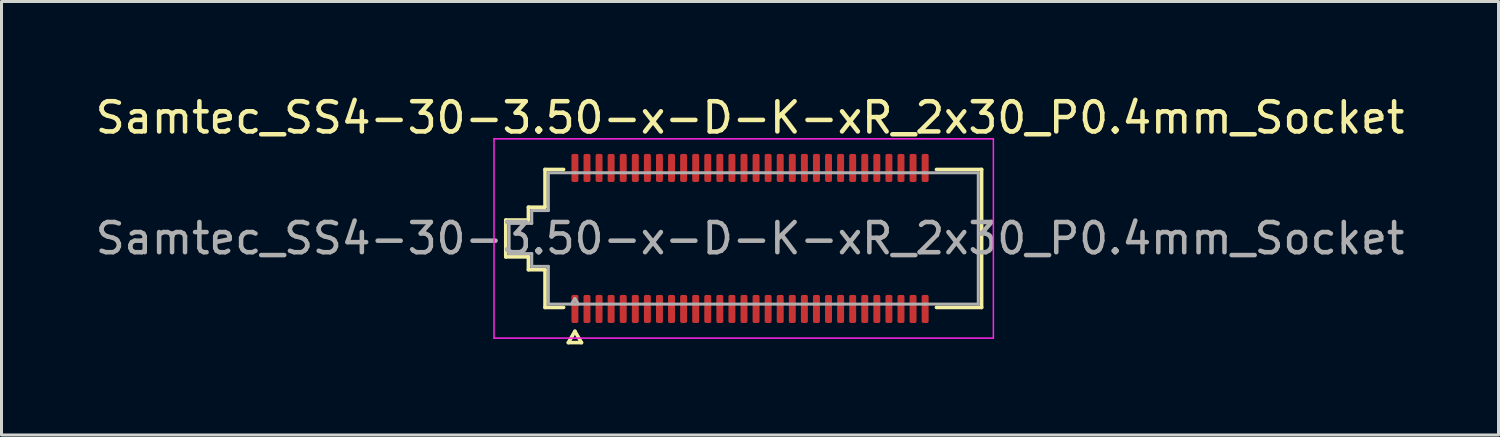
<source format=kicad_pcb>
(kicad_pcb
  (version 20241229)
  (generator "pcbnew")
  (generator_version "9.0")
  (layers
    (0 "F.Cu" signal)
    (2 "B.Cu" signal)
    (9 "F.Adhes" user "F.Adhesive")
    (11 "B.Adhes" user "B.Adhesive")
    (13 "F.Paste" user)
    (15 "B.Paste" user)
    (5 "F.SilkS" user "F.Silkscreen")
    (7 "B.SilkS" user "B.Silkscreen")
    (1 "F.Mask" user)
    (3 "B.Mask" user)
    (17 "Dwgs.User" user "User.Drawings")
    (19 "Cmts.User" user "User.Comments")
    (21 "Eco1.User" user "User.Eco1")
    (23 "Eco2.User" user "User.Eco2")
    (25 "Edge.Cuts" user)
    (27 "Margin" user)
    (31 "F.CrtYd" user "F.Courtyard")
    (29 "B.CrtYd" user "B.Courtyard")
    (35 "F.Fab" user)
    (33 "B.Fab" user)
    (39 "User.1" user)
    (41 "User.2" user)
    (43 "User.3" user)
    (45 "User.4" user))
  (footprint "Samtec_SS4-30-3.50-x-D-K-xR_2x30_P0.4mm_Socket"
    (layer "F.Cu")
    (at 21.792 4.848)
    (property "Reference" "Samtec_SS4-30-3.50-x-D-K-xR_2x30_P0.4mm_Socket" (at 0 -4 0) (layer "F.SilkS") (effects (font (size 1 1) (thickness 0.15))))
    (attr smd)
    (fp_line (start -8.09 -0.61) (end -7.34 -0.61) (stroke (width 0.12) (type solid)) (layer "F.SilkS"))
    (fp_line (start -8.09 0.61) (end -8.09 -0.61) (stroke (width 0.12) (type solid)) (layer "F.SilkS"))
    (fp_line (start -7.34 -1.035) (end -6.79 -1.035) (stroke (width 0.12) (type solid)) (layer "F.SilkS"))
    (fp_line (start -7.34 -0.61) (end -7.34 -1.035) (stroke (width 0.12) (type solid)) (layer "F.SilkS"))
    (fp_line (start -7.34 0.61) (end -8.09 0.61) (stroke (width 0.12) (type solid)) (layer "F.SilkS"))
    (fp_line (start -7.34 1.035) (end -7.34 0.61) (stroke (width 0.12) (type solid)) (layer "F.SilkS"))
    (fp_line (start -6.79 -2.285) (end -6.175 -2.285) (stroke (width 0.12) (type solid)) (layer "F.SilkS"))
    (fp_line (start -6.79 -1.035) (end -6.79 -2.285) (stroke (width 0.12) (type solid)) (layer "F.SilkS"))
    (fp_line (start -6.79 1.035) (end -7.34 1.035) (stroke (width 0.12) (type solid)) (layer "F.SilkS"))
    (fp_line (start -6.79 2.285) (end -6.79 1.035) (stroke (width 0.12) (type solid)) (layer "F.SilkS"))
    (fp_line (start -6.175 2.285) (end -6.79 2.285) (stroke (width 0.12) (type solid)) (layer "F.SilkS"))
    (fp_line (start -6.017 3.45) (end -5.8 3.075) (stroke (width 0.12) (type solid)) (layer "F.SilkS"))
    (fp_line (start -5.8 3.075) (end -5.583 3.45) (stroke (width 0.12) (type solid)) (layer "F.SilkS"))
    (fp_line (start -5.583 3.45) (end -6.017 3.45) (stroke (width 0.12) (type solid)) (layer "F.SilkS"))
    (fp_line (start 6.175 -2.285) (end 7.67 -2.285) (stroke (width 0.12) (type solid)) (layer "F.SilkS"))
    (fp_line (start 7.67 -2.285) (end 7.67 2.285) (stroke (width 0.12) (type solid)) (layer "F.SilkS"))
    (fp_line (start 7.67 2.285) (end 6.175 2.285) (stroke (width 0.12) (type solid)) (layer "F.SilkS"))
    (fp_line (start -8.48 -3.3) (end -8.48 3.3) (stroke (width 0.05) (type solid)) (layer "F.CrtYd"))
    (fp_line (start -8.48 3.3) (end 8.06 3.3) (stroke (width 0.05) (type solid)) (layer "F.CrtYd"))
    (fp_line (start 8.06 -3.3) (end -8.48 -3.3) (stroke (width 0.05) (type solid)) (layer "F.CrtYd"))
    (fp_line (start 8.06 3.3) (end 8.06 -3.3) (stroke (width 0.05) (type solid)) (layer "F.CrtYd"))
    (fp_line (start -7.98 -0.5) (end -7.23 -0.5) (stroke (width 0.1) (type solid)) (layer "F.Fab"))
    (fp_line (start -7.98 0.5) (end -7.98 -0.5) (stroke (width 0.1) (type solid)) (layer "F.Fab"))
    (fp_line (start -7.23 -0.925) (end -6.68 -0.925) (stroke (width 0.1) (type solid)) (layer "F.Fab"))
    (fp_line (start -7.23 -0.5) (end -7.23 -0.925) (stroke (width 0.1) (type solid)) (layer "F.Fab"))
    (fp_line (start -7.23 0.5) (end -7.98 0.5) (stroke (width 0.1) (type solid)) (layer "F.Fab"))
    (fp_line (start -7.23 0.925) (end -7.23 0.5) (stroke (width 0.1) (type solid)) (layer "F.Fab"))
    (fp_line (start -6.68 -2.175) (end -5.8 -2.175) (stroke (width 0.1) (type solid)) (layer "F.Fab"))
    (fp_line (start -6.68 -0.925) (end -6.68 -2.175) (stroke (width 0.1) (type solid)) (layer "F.Fab"))
    (fp_line (start -6.68 0.925) (end -7.23 0.925) (stroke (width 0.1) (type solid)) (layer "F.Fab"))
    (fp_line (start -6.68 2.175) (end -6.68 0.925) (stroke (width 0.1) (type solid)) (layer "F.Fab"))
    (fp_line (start -5.8 -2.175) (end 5.8 -2.175) (stroke (width 0.1) (type solid)) (layer "F.Fab"))
    (fp_line (start -5.8 1.991) (end -5.915 2.175) (stroke (width 0.1) (type solid)) (layer "F.Fab"))
    (fp_line (start -5.8 1.991) (end -5.685 2.175) (stroke (width 0.1) (type solid)) (layer "F.Fab"))
    (fp_line (start -5.8 2.175) (end -6.68 2.175) (stroke (width 0.1) (type solid)) (layer "F.Fab"))
    (fp_line (start 5.8 -2.175) (end 7.56 -2.175) (stroke (width 0.1) (type solid)) (layer "F.Fab"))
    (fp_line (start 5.8 2.175) (end -5.8 2.175) (stroke (width 0.1) (type solid)) (layer "F.Fab"))
    (fp_line (start 7.56 -2.175) (end 7.56 2.175) (stroke (width 0.1) (type solid)) (layer "F.Fab"))
    (fp_line (start 7.56 2.175) (end 5.8 2.175) (stroke (width 0.1) (type solid)) (layer "F.Fab"))
    (fp_text user "${REFERENCE}" (at 0 0 0) (layer "F.Fab") (effects (font (size 1 1) (thickness 0.15))))
    (pad "1" smd roundrect (at -5.8 2.335) (size 0.23 0.93) (layers "F.Cu" "F.Mask" "F.Paste") (roundrect_rratio 0.25))
    (pad "2" smd roundrect (at -5.8 -2.335) (size 0.23 0.93) (layers "F.Cu" "F.Mask" "F.Paste") (roundrect_rratio 0.25))
    (pad "3" smd roundrect (at -5.4 2.335) (size 0.23 0.93) (layers "F.Cu" "F.Mask" "F.Paste") (roundrect_rratio 0.25))
    (pad "4" smd roundrect (at -5.4 -2.335) (size 0.23 0.93) (layers "F.Cu" "F.Mask" "F.Paste") (roundrect_rratio 0.25))
    (pad "5" smd roundrect (at -5 2.335) (size 0.23 0.93) (layers "F.Cu" "F.Mask" "F.Paste") (roundrect_rratio 0.25))
    (pad "6" smd roundrect (at -5 -2.335) (size 0.23 0.93) (layers "F.Cu" "F.Mask" "F.Paste") (roundrect_rratio 0.25))
    (pad "7" smd roundrect (at -4.6 2.335) (size 0.23 0.93) (layers "F.Cu" "F.Mask" "F.Paste") (roundrect_rratio 0.25))
    (pad "8" smd roundrect (at -4.6 -2.335) (size 0.23 0.93) (layers "F.Cu" "F.Mask" "F.Paste") (roundrect_rratio 0.25))
    (pad "9" smd roundrect (at -4.2 2.335) (size 0.23 0.93) (layers "F.Cu" "F.Mask" "F.Paste") (roundrect_rratio 0.25))
    (pad "10" smd roundrect (at -4.2 -2.335) (size 0.23 0.93) (layers "F.Cu" "F.Mask" "F.Paste") (roundrect_rratio 0.25))
    (pad "11" smd roundrect (at -3.8 2.335) (size 0.23 0.93) (layers "F.Cu" "F.Mask" "F.Paste") (roundrect_rratio 0.25))
    (pad "12" smd roundrect (at -3.8 -2.335) (size 0.23 0.93) (layers "F.Cu" "F.Mask" "F.Paste") (roundrect_rratio 0.25))
    (pad "13" smd roundrect (at -3.4 2.335) (size 0.23 0.93) (layers "F.Cu" "F.Mask" "F.Paste") (roundrect_rratio 0.25))
    (pad "14" smd roundrect (at -3.4 -2.335) (size 0.23 0.93) (layers "F.Cu" "F.Mask" "F.Paste") (roundrect_rratio 0.25))
    (pad "15" smd roundrect (at -3 2.335) (size 0.23 0.93) (layers "F.Cu" "F.Mask" "F.Paste") (roundrect_rratio 0.25))
    (pad "16" smd roundrect (at -3 -2.335) (size 0.23 0.93) (layers "F.Cu" "F.Mask" "F.Paste") (roundrect_rratio 0.25))
    (pad "17" smd roundrect (at -2.6 2.335) (size 0.23 0.93) (layers "F.Cu" "F.Mask" "F.Paste") (roundrect_rratio 0.25))
    (pad "18" smd roundrect (at -2.6 -2.335) (size 0.23 0.93) (layers "F.Cu" "F.Mask" "F.Paste") (roundrect_rratio 0.25))
    (pad "19" smd roundrect (at -2.2 2.335) (size 0.23 0.93) (layers "F.Cu" "F.Mask" "F.Paste") (roundrect_rratio 0.25))
    (pad "20" smd roundrect (at -2.2 -2.335) (size 0.23 0.93) (layers "F.Cu" "F.Mask" "F.Paste") (roundrect_rratio 0.25))
    (pad "21" smd roundrect (at -1.8 2.335) (size 0.23 0.93) (layers "F.Cu" "F.Mask" "F.Paste") (roundrect_rratio 0.25))
    (pad "22" smd roundrect (at -1.8 -2.335) (size 0.23 0.93) (layers "F.Cu" "F.Mask" "F.Paste") (roundrect_rratio 0.25))
    (pad "23" smd roundrect (at -1.4 2.335) (size 0.23 0.93) (layers "F.Cu" "F.Mask" "F.Paste") (roundrect_rratio 0.25))
    (pad "24" smd roundrect (at -1.4 -2.335) (size 0.23 0.93) (layers "F.Cu" "F.Mask" "F.Paste") (roundrect_rratio 0.25))
    (pad "25" smd roundrect (at -1 2.335) (size 0.23 0.93) (layers "F.Cu" "F.Mask" "F.Paste") (roundrect_rratio 0.25))
    (pad "26" smd roundrect (at -1 -2.335) (size 0.23 0.93) (layers "F.Cu" "F.Mask" "F.Paste") (roundrect_rratio 0.25))
    (pad "27" smd roundrect (at -0.6 2.335) (size 0.23 0.93) (layers "F.Cu" "F.Mask" "F.Paste") (roundrect_rratio 0.25))
    (pad "28" smd roundrect (at -0.6 -2.335) (size 0.23 0.93) (layers "F.Cu" "F.Mask" "F.Paste") (roundrect_rratio 0.25))
    (pad "29" smd roundrect (at -0.2 2.335) (size 0.23 0.93) (layers "F.Cu" "F.Mask" "F.Paste") (roundrect_rratio 0.25))
    (pad "30" smd roundrect (at -0.2 -2.335) (size 0.23 0.93) (layers "F.Cu" "F.Mask" "F.Paste") (roundrect_rratio 0.25))
    (pad "31" smd roundrect (at 0.2 2.335) (size 0.23 0.93) (layers "F.Cu" "F.Mask" "F.Paste") (roundrect_rratio 0.25))
    (pad "32" smd roundrect (at 0.2 -2.335) (size 0.23 0.93) (layers "F.Cu" "F.Mask" "F.Paste") (roundrect_rratio 0.25))
    (pad "33" smd roundrect (at 0.6 2.335) (size 0.23 0.93) (layers "F.Cu" "F.Mask" "F.Paste") (roundrect_rratio 0.25))
    (pad "34" smd roundrect (at 0.6 -2.335) (size 0.23 0.93) (layers "F.Cu" "F.Mask" "F.Paste") (roundrect_rratio 0.25))
    (pad "35" smd roundrect (at 1 2.335) (size 0.23 0.93) (layers "F.Cu" "F.Mask" "F.Paste") (roundrect_rratio 0.25))
    (pad "36" smd roundrect (at 1 -2.335) (size 0.23 0.93) (layers "F.Cu" "F.Mask" "F.Paste") (roundrect_rratio 0.25))
    (pad "37" smd roundrect (at 1.4 2.335) (size 0.23 0.93) (layers "F.Cu" "F.Mask" "F.Paste") (roundrect_rratio 0.25))
    (pad "38" smd roundrect (at 1.4 -2.335) (size 0.23 0.93) (layers "F.Cu" "F.Mask" "F.Paste") (roundrect_rratio 0.25))
    (pad "39" smd roundrect (at 1.8 2.335) (size 0.23 0.93) (layers "F.Cu" "F.Mask" "F.Paste") (roundrect_rratio 0.25))
    (pad "40" smd roundrect (at 1.8 -2.335) (size 0.23 0.93) (layers "F.Cu" "F.Mask" "F.Paste") (roundrect_rratio 0.25))
    (pad "41" smd roundrect (at 2.2 2.335) (size 0.23 0.93) (layers "F.Cu" "F.Mask" "F.Paste") (roundrect_rratio 0.25))
    (pad "42" smd roundrect (at 2.2 -2.335) (size 0.23 0.93) (layers "F.Cu" "F.Mask" "F.Paste") (roundrect_rratio 0.25))
    (pad "43" smd roundrect (at 2.6 2.335) (size 0.23 0.93) (layers "F.Cu" "F.Mask" "F.Paste") (roundrect_rratio 0.25))
    (pad "44" smd roundrect (at 2.6 -2.335) (size 0.23 0.93) (layers "F.Cu" "F.Mask" "F.Paste") (roundrect_rratio 0.25))
    (pad "45" smd roundrect (at 3 2.335) (size 0.23 0.93) (layers "F.Cu" "F.Mask" "F.Paste") (roundrect_rratio 0.25))
    (pad "46" smd roundrect (at 3 -2.335) (size 0.23 0.93) (layers "F.Cu" "F.Mask" "F.Paste") (roundrect_rratio 0.25))
    (pad "47" smd roundrect (at 3.4 2.335) (size 0.23 0.93) (layers "F.Cu" "F.Mask" "F.Paste") (roundrect_rratio 0.25))
    (pad "48" smd roundrect (at 3.4 -2.335) (size 0.23 0.93) (layers "F.Cu" "F.Mask" "F.Paste") (roundrect_rratio 0.25))
    (pad "49" smd roundrect (at 3.8 2.335) (size 0.23 0.93) (layers "F.Cu" "F.Mask" "F.Paste") (roundrect_rratio 0.25))
    (pad "50" smd roundrect (at 3.8 -2.335) (size 0.23 0.93) (layers "F.Cu" "F.Mask" "F.Paste") (roundrect_rratio 0.25))
    (pad "51" smd roundrect (at 4.2 2.335) (size 0.23 0.93) (layers "F.Cu" "F.Mask" "F.Paste") (roundrect_rratio 0.25))
    (pad "52" smd roundrect (at 4.2 -2.335) (size 0.23 0.93) (layers "F.Cu" "F.Mask" "F.Paste") (roundrect_rratio 0.25))
    (pad "53" smd roundrect (at 4.6 2.335) (size 0.23 0.93) (layers "F.Cu" "F.Mask" "F.Paste") (roundrect_rratio 0.25))
    (pad "54" smd roundrect (at 4.6 -2.335) (size 0.23 0.93) (layers "F.Cu" "F.Mask" "F.Paste") (roundrect_rratio 0.25))
    (pad "55" smd roundrect (at 5 2.335) (size 0.23 0.93) (layers "F.Cu" "F.Mask" "F.Paste") (roundrect_rratio 0.25))
    (pad "56" smd roundrect (at 5 -2.335) (size 0.23 0.93) (layers "F.Cu" "F.Mask" "F.Paste") (roundrect_rratio 0.25))
    (pad "57" smd roundrect (at 5.4 2.335) (size 0.23 0.93) (layers "F.Cu" "F.Mask" "F.Paste") (roundrect_rratio 0.25))
    (pad "58" smd roundrect (at 5.4 -2.335) (size 0.23 0.93) (layers "F.Cu" "F.Mask" "F.Paste") (roundrect_rratio 0.25))
    (pad "59" smd roundrect (at 5.8 2.335) (size 0.23 0.93) (layers "F.Cu" "F.Mask" "F.Paste") (roundrect_rratio 0.25))
    (pad "60" smd roundrect (at 5.8 -2.335) (size 0.23 0.93) (layers "F.Cu" "F.Mask" "F.Paste") (roundrect_rratio 0.25)))
  (gr_rect
    (start -3 -3)
    (end 46.583 11.358)
    (stroke (width 0.1) (type default))
    (fill no)
    (layer "Edge.Cuts")))
</source>
